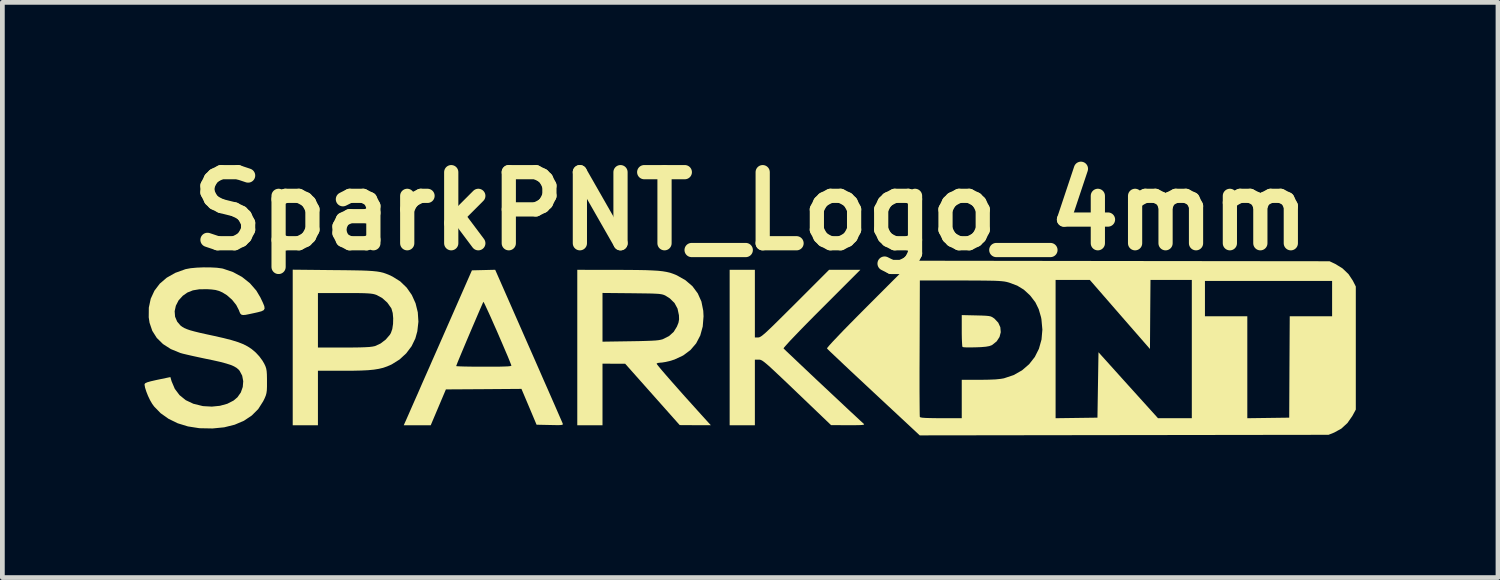
<source format=kicad_pcb>
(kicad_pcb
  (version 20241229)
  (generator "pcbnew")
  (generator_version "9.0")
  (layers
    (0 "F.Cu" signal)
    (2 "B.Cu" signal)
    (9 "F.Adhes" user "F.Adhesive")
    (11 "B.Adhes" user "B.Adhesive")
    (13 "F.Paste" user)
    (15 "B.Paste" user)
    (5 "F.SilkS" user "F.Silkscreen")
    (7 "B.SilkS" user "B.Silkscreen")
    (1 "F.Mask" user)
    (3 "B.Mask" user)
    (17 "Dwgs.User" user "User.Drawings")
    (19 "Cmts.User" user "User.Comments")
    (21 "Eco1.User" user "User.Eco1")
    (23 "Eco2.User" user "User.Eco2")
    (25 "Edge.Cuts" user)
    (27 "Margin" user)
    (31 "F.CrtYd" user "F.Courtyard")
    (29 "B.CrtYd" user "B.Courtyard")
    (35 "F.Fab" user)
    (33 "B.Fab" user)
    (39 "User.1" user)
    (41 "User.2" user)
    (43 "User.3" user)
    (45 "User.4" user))
  (footprint "SparkPNT_Logo_4mm"
    (layer "F.Cu")
    (at 12.792 4.304)
    (property "Reference" "SparkPNT_Logo_4mm" (at 0 -2.9 0) (layer "F.SilkS") (effects (font (size 1.5 1.5) (thickness 0.3))))
    (attr board_only exclude_from_pos_files exclude_from_bom)
    (fp_poly (pts (xy 4.755 -0.699) (xy 4.875 -0.696) (xy 4.961 -0.692) (xy 5.021 -0.686) (xy 5.063 -0.677) (xy 5.095 -0.662) (xy 5.126 -0.641) (xy 5.14 -0.631) (xy 5.22 -0.546) (xy 5.264 -0.449) (xy 5.273 -0.345) (xy 5.247 -0.244) (xy 5.187 -0.152) (xy 5.095 -0.078) (xy 5.081 -0.07) (xy 5.032 -0.052) (xy 4.96 -0.039) (xy 4.856 -0.03) (xy 4.748 -0.026) (xy 4.645 -0.024) (xy 4.558 -0.024) (xy 4.496 -0.027) (xy 4.466 -0.033) (xy 4.466 -0.033) (xy 4.46 -0.059) (xy 4.456 -0.12) (xy 4.452 -0.208) (xy 4.45 -0.315) (xy 4.45 -0.378) (xy 4.45 -0.706)) (stroke (width 0) (type solid)) (fill yes) (layer "F.SilkS"))
    (fp_poly (pts (xy 0.085 -0.947) (xy 0.085 -0.234) (xy 0.154 -0.234) (xy 0.173 -0.236) (xy 0.195 -0.245) (xy 0.223 -0.262) (xy 0.259 -0.29) (xy 0.308 -0.331) (xy 0.37 -0.389) (xy 0.45 -0.465) (xy 0.55 -0.563) (xy 0.672 -0.684) (xy 0.82 -0.831) (xy 0.937 -0.947) (xy 1.65 -1.661) (xy 1.98 -1.661) (xy 2.31 -1.661) (xy 1.493 -0.843) (xy 1.326 -0.676) (xy 1.174 -0.522) (xy 1.039 -0.384) (xy 0.923 -0.263) (xy 0.827 -0.163) (xy 0.756 -0.084) (xy 0.709 -0.031) (xy 0.69 -0.005) (xy 0.69 -0.003) (xy 0.707 0.014) (xy 0.752 0.058) (xy 0.821 0.123) (xy 0.911 0.208) (xy 1.018 0.31) (xy 1.139 0.424) (xy 1.271 0.549) (xy 1.41 0.68) (xy 1.553 0.814) (xy 1.697 0.949) (xy 1.837 1.08) (xy 1.971 1.206) (xy 2.095 1.322) (xy 2.206 1.425) (xy 2.3 1.513) (xy 2.375 1.581) (xy 2.384 1.589) (xy 2.39 1.6) (xy 2.377 1.608) (xy 2.341 1.613) (xy 2.277 1.616) (xy 2.181 1.617) (xy 2.054 1.617) (xy 1.693 1.616) (xy 0.971 0.925) (xy 0.803 0.764) (xy 0.663 0.631) (xy 0.547 0.522) (xy 0.454 0.435) (xy 0.38 0.367) (xy 0.322 0.317) (xy 0.277 0.281) (xy 0.243 0.257) (xy 0.217 0.243) (xy 0.195 0.236) (xy 0.175 0.234) (xy 0.167 0.234) (xy 0.085 0.234) (xy 0.085 0.926) (xy 0.085 1.618) (xy -0.181 1.618) (xy -0.447 1.618) (xy -0.447 -0.021) (xy -0.447 -1.661) (xy -0.181 -1.661) (xy 0.085 -1.661)) (stroke (width 0) (type solid)) (fill yes) (layer "F.SilkS"))
    (fp_poly (pts (xy -8.798 -1.655) (xy -8.568 -1.653) (xy -8.375 -1.65) (xy -8.216 -1.647) (xy -8.085 -1.642) (xy -7.979 -1.635) (xy -7.891 -1.626) (xy -7.818 -1.614) (xy -7.755 -1.599) (xy -7.697 -1.579) (xy -7.639 -1.556) (xy -7.578 -1.527) (xy -7.563 -1.52) (xy -7.399 -1.418) (xy -7.262 -1.286) (xy -7.153 -1.13) (xy -7.074 -0.955) (xy -7.027 -0.765) (xy -7.014 -0.566) (xy -7.037 -0.364) (xy -7.079 -0.212) (xy -7.158 -0.049) (xy -7.271 0.101) (xy -7.412 0.231) (xy -7.572 0.331) (xy -7.587 0.339) (xy -7.672 0.376) (xy -7.757 0.406) (xy -7.849 0.428) (xy -7.954 0.445) (xy -8.078 0.457) (xy -8.227 0.464) (xy -8.407 0.468) (xy -8.59 0.468) (xy -9.134 0.468) (xy -9.134 1.043) (xy -9.134 1.618) (xy -9.4 1.618) (xy -9.666 1.618) (xy -9.666 -0.023) (xy -9.666 -0.596) (xy -9.134 -0.596) (xy -9.134 -0.021) (xy -8.584 -0.021) (xy -8.399 -0.022) (xy -8.252 -0.024) (xy -8.138 -0.028) (xy -8.05 -0.033) (xy -7.985 -0.041) (xy -7.936 -0.051) (xy -7.928 -0.053) (xy -7.813 -0.106) (xy -7.704 -0.189) (xy -7.617 -0.29) (xy -7.595 -0.327) (xy -7.565 -0.412) (xy -7.549 -0.521) (xy -7.546 -0.639) (xy -7.556 -0.749) (xy -7.581 -0.838) (xy -7.587 -0.852) (xy -7.67 -0.969) (xy -7.777 -1.065) (xy -7.894 -1.129) (xy -7.931 -1.142) (xy -7.971 -1.152) (xy -8.019 -1.159) (xy -8.081 -1.164) (xy -8.162 -1.168) (xy -8.269 -1.17) (xy -8.407 -1.171) (xy -8.57 -1.171) (xy -9.134 -1.171) (xy -9.134 -0.596) (xy -9.666 -0.596) (xy -9.666 -1.664)) (stroke (width 0) (type solid)) (fill yes) (layer "F.SilkS"))
    (fp_poly (pts (xy -4.689 -0.059) (xy -4.58 0.188) (xy -4.476 0.425) (xy -4.379 0.647) (xy -4.288 0.853) (xy -4.206 1.04) (xy -4.134 1.204) (xy -4.074 1.342) (xy -4.026 1.452) (xy -3.992 1.53) (xy -3.973 1.573) (xy -3.97 1.581) (xy -3.966 1.597) (xy -3.975 1.607) (xy -4.002 1.613) (xy -4.053 1.616) (xy -4.135 1.615) (xy -4.238 1.613) (xy -4.521 1.607) (xy -4.68 1.229) (xy -4.84 0.851) (xy -5.637 0.857) (xy -6.434 0.862) (xy -6.594 1.24) (xy -6.754 1.618) (xy -7.039 1.618) (xy -7.323 1.618) (xy -7.302 1.57) (xy -7.29 1.544) (xy -7.262 1.481) (xy -7.22 1.386) (xy -7.165 1.26) (xy -7.098 1.108) (xy -7.02 0.932) (xy -6.934 0.734) (xy -6.839 0.519) (xy -6.773 0.37) (xy -6.217 0.37) (xy -6.197 0.373) (xy -6.139 0.376) (xy -6.05 0.379) (xy -5.934 0.381) (xy -5.798 0.383) (xy -5.646 0.383) (xy -5.629 0.383) (xy -5.449 0.383) (xy -5.308 0.382) (xy -5.202 0.379) (xy -5.127 0.376) (xy -5.079 0.371) (xy -5.056 0.364) (xy -5.052 0.357) (xy -5.084 0.276) (xy -5.126 0.172) (xy -5.178 0.051) (xy -5.235 -0.083) (xy -5.296 -0.224) (xy -5.358 -0.368) (xy -5.42 -0.507) (xy -5.478 -0.639) (xy -5.531 -0.756) (xy -5.577 -0.855) (xy -5.612 -0.93) (xy -5.634 -0.974) (xy -5.642 -0.986) (xy -5.654 -0.963) (xy -5.679 -0.906) (xy -5.716 -0.822) (xy -5.762 -0.715) (xy -5.815 -0.591) (xy -5.873 -0.456) (xy -5.933 -0.315) (xy -5.993 -0.174) (xy -6.05 -0.038) (xy -6.103 0.088) (xy -6.148 0.196) (xy -6.184 0.283) (xy -6.207 0.343) (xy -6.217 0.369) (xy -6.217 0.37) (xy -6.773 0.37) (xy -6.738 0.289) (xy -6.631 0.047) (xy -6.582 -0.064) (xy -5.885 -1.65) (xy -5.639 -1.656) (xy -5.394 -1.662)) (stroke (width 0) (type solid)) (fill yes) (layer "F.SilkS"))
    (fp_poly (pts (xy -2.837 -1.66) (xy -2.594 -1.659) (xy -2.388 -1.657) (xy -2.216 -1.654) (xy -2.074 -1.648) (xy -1.955 -1.641) (xy -1.857 -1.63) (xy -1.775 -1.616) (xy -1.703 -1.599) (xy -1.639 -1.577) (xy -1.576 -1.551) (xy -1.563 -1.546) (xy -1.38 -1.442) (xy -1.232 -1.315) (xy -1.12 -1.164) (xy -1.043 -0.992) (xy -1.004 -0.797) (xy -0.998 -0.68) (xy -1.015 -0.466) (xy -1.067 -0.276) (xy -1.154 -0.109) (xy -1.275 0.032) (xy -1.428 0.146) (xy -1.612 0.232) (xy -1.719 0.265) (xy -1.799 0.283) (xy -1.873 0.295) (xy -1.913 0.298) (xy -1.962 0.304) (xy -1.989 0.317) (xy -1.978 0.336) (xy -1.939 0.385) (xy -1.875 0.462) (xy -1.787 0.564) (xy -1.678 0.689) (xy -1.548 0.836) (xy -1.4 1.003) (xy -1.234 1.187) (xy -1.054 1.387) (xy -0.888 1.57) (xy -0.844 1.618) (xy -1.173 1.617) (xy -1.501 1.615) (xy -2.076 0.968) (xy -2.651 0.321) (xy -2.89 0.32) (xy -3.13 0.319) (xy -3.13 0.969) (xy -3.13 1.618) (xy -3.396 1.618) (xy -3.662 1.618) (xy -3.662 -0.021) (xy -3.662 -0.659) (xy -3.13 -0.659) (xy -3.13 -0.145) (xy -2.539 -0.154) (xy -2.356 -0.157) (xy -2.211 -0.161) (xy -2.098 -0.165) (xy -2.012 -0.17) (xy -1.947 -0.177) (xy -1.899 -0.186) (xy -1.861 -0.196) (xy -1.854 -0.199) (xy -1.724 -0.265) (xy -1.627 -0.353) (xy -1.56 -0.463) (xy -1.527 -0.545) (xy -1.514 -0.616) (xy -1.517 -0.7) (xy -1.517 -0.702) (xy -1.547 -0.843) (xy -1.61 -0.96) (xy -1.708 -1.057) (xy -1.799 -1.115) (xy -1.826 -1.128) (xy -1.854 -1.138) (xy -1.89 -1.146) (xy -1.938 -1.153) (xy -2.003 -1.157) (xy -2.091 -1.161) (xy -2.207 -1.163) (xy -2.356 -1.165) (xy -2.507 -1.167) (xy -3.13 -1.173) (xy -3.13 -0.659) (xy -3.662 -0.659) (xy -3.662 -1.661)) (stroke (width 0) (type solid)) (fill yes) (layer "F.SilkS"))
    (fp_poly (pts (xy 7.814 -1.847) (xy 12.21 -1.842) (xy 12.331 -1.785) (xy 12.484 -1.691) (xy 12.611 -1.569) (xy 12.701 -1.433) (xy 12.764 -1.309) (xy 12.764 -0.011) (xy 12.764 1.288) (xy 12.691 1.423) (xy 12.587 1.572) (xy 12.458 1.69) (xy 12.309 1.772) (xy 12.189 1.82) (xy 7.877 1.826) (xy 3.564 1.832) (xy 2.593 0.928) (xy 2.422 0.768) (xy 2.326 0.678) (xy 3.559 0.678) (xy 3.559 0.874) (xy 3.56 1.046) (xy 3.561 1.192) (xy 3.562 1.308) (xy 3.563 1.39) (xy 3.565 1.435) (xy 3.565 1.442) (xy 3.58 1.452) (xy 3.618 1.459) (xy 3.685 1.464) (xy 3.783 1.467) (xy 3.917 1.469) (xy 4.013 1.469) (xy 4.45 1.469) (xy 4.45 1.065) (xy 4.45 0.66) (xy 4.828 0.66) (xy 5.015 0.657) (xy 5.164 0.651) (xy 5.277 0.639) (xy 5.34 0.628) (xy 5.544 0.56) (xy 5.721 0.46) (xy 5.871 0.331) (xy 5.991 0.178) (xy 6.075 0.011) (xy 6.43 0.011) (xy 6.43 1.47) (xy 6.872 1.464) (xy 7.313 1.458) (xy 7.324 0.768) (xy 7.335 0.078) (xy 7.962 0.774) (xy 8.59 1.469) (xy 8.947 1.469) (xy 9.304 1.469) (xy 9.304 0.011) (xy 9.304 -1.054) (xy 9.581 -1.054) (xy 9.581 -0.681) (xy 10.028 -0.681) (xy 10.475 -0.681) (xy 10.475 0.394) (xy 10.475 1.47) (xy 10.917 1.464) (xy 11.359 1.458) (xy 11.364 0.389) (xy 11.37 -0.681) (xy 11.817 -0.681) (xy 12.264 -0.681) (xy 12.264 -1.054) (xy 12.264 -1.426) (xy 10.922 -1.426) (xy 9.581 -1.426) (xy 9.581 -1.054) (xy 9.304 -1.054) (xy 9.304 -1.448) (xy 8.868 -1.448) (xy 8.432 -1.448) (xy 8.426 -0.719) (xy 8.421 0.009) (xy 7.786 -0.719) (xy 7.152 -1.448) (xy 6.791 -1.448) (xy 6.43 -1.448) (xy 6.43 0.011) (xy 6.075 0.011) (xy 6.079 0.002) (xy 6.133 -0.191) (xy 6.151 -0.399) (xy 6.131 -0.619) (xy 6.123 -0.661) (xy 6.074 -0.83) (xy 6.004 -0.974) (xy 5.903 -1.107) (xy 5.885 -1.127) (xy 5.76 -1.242) (xy 5.621 -1.327) (xy 5.456 -1.389) (xy 5.429 -1.397) (xy 5.39 -1.407) (xy 5.347 -1.415) (xy 5.294 -1.421) (xy 5.229 -1.426) (xy 5.145 -1.43) (xy 5.039 -1.432) (xy 4.907 -1.434) (xy 4.743 -1.435) (xy 4.543 -1.436) (xy 4.428 -1.436) (xy 3.566 -1.437) (xy 3.561 -0.011) (xy 3.56 0.232) (xy 3.559 0.463) (xy 3.559 0.678) (xy 2.326 0.678) (xy 2.259 0.616) (xy 2.109 0.476) (xy 1.973 0.348) (xy 1.855 0.236) (xy 1.756 0.143) (xy 1.68 0.071) (xy 1.63 0.022) (xy 1.607 -0.000471) (xy 1.607 -0.001) (xy 1.618 -0.022) (xy 1.659 -0.07) (xy 1.728 -0.146) (xy 1.823 -0.246) (xy 1.943 -0.372) (xy 2.088 -0.52) (xy 2.255 -0.689) (xy 2.443 -0.878) (xy 2.504 -0.939) (xy 3.417 -1.853)) (stroke (width 0) (type solid)) (fill yes) (layer "F.SilkS"))
    (fp_poly (pts (xy -11.4 -1.712) (xy -11.266 -1.705) (xy -11.156 -1.69) (xy -11.135 -1.685) (xy -10.926 -1.614) (xy -10.736 -1.511) (xy -10.57 -1.379) (xy -10.434 -1.223) (xy -10.348 -1.078) (xy -10.297 -0.971) (xy -10.266 -0.896) (xy -10.259 -0.845) (xy -10.277 -0.811) (xy -10.324 -0.787) (xy -10.402 -0.766) (xy -10.464 -0.752) (xy -10.58 -0.727) (xy -10.661 -0.711) (xy -10.715 -0.707) (xy -10.75 -0.716) (xy -10.772 -0.738) (xy -10.789 -0.775) (xy -10.8 -0.807) (xy -10.858 -0.92) (xy -10.946 -1.03) (xy -11.054 -1.125) (xy -11.151 -1.185) (xy -11.223 -1.216) (xy -11.295 -1.236) (xy -11.382 -1.247) (xy -11.466 -1.252) (xy -11.634 -1.251) (xy -11.772 -1.228) (xy -11.888 -1.182) (xy -11.985 -1.114) (xy -12.075 -1.015) (xy -12.132 -0.903) (xy -12.157 -0.787) (xy -12.148 -0.672) (xy -12.104 -0.568) (xy -12.033 -0.485) (xy -11.996 -0.458) (xy -11.954 -0.433) (xy -11.901 -0.41) (xy -11.832 -0.386) (xy -11.742 -0.361) (xy -11.624 -0.332) (xy -11.475 -0.299) (xy -11.327 -0.267) (xy -11.124 -0.221) (xy -10.957 -0.178) (xy -10.821 -0.136) (xy -10.708 -0.092) (xy -10.614 -0.043) (xy -10.531 0.012) (xy -10.454 0.077) (xy -10.443 0.087) (xy -10.37 0.166) (xy -10.305 0.254) (xy -10.268 0.317) (xy -10.242 0.372) (xy -10.226 0.42) (xy -10.216 0.475) (xy -10.211 0.545) (xy -10.209 0.642) (xy -10.209 0.693) (xy -10.209 0.802) (xy -10.212 0.88) (xy -10.22 0.939) (xy -10.234 0.991) (xy -10.257 1.047) (xy -10.289 1.112) (xy -10.393 1.276) (xy -10.53 1.413) (xy -10.696 1.524) (xy -10.891 1.607) (xy -11.112 1.662) (xy -11.357 1.686) (xy -11.624 1.681) (xy -11.646 1.679) (xy -11.877 1.643) (xy -12.092 1.577) (xy -12.285 1.483) (xy -12.453 1.364) (xy -12.59 1.223) (xy -12.632 1.165) (xy -12.676 1.089) (xy -12.719 0.999) (xy -12.755 0.908) (xy -12.781 0.826) (xy -12.792 0.765) (xy -12.791 0.749) (xy -12.776 0.731) (xy -12.735 0.712) (xy -12.662 0.691) (xy -12.553 0.666) (xy -12.516 0.658) (xy -12.247 0.602) (xy -12.222 0.69) (xy -12.154 0.85) (xy -12.054 0.983) (xy -11.923 1.089) (xy -11.762 1.165) (xy -11.571 1.212) (xy -11.553 1.215) (xy -11.373 1.225) (xy -11.202 1.208) (xy -11.046 1.165) (xy -10.915 1.098) (xy -10.833 1.029) (xy -10.761 0.927) (xy -10.72 0.81) (xy -10.71 0.689) (xy -10.732 0.572) (xy -10.786 0.47) (xy -10.809 0.443) (xy -10.85 0.408) (xy -10.904 0.376) (xy -10.976 0.345) (xy -11.071 0.315) (xy -11.194 0.282) (xy -11.35 0.247) (xy -11.514 0.213) (xy -11.65 0.184) (xy -11.779 0.156) (xy -11.892 0.13) (xy -11.981 0.109) (xy -12.038 0.093) (xy -12.04 0.092) (xy -12.238 0.011) (xy -12.403 -0.095) (xy -12.534 -0.224) (xy -12.629 -0.374) (xy -12.687 -0.545) (xy -12.704 -0.659) (xy -12.702 -0.863) (xy -12.662 -1.051) (xy -12.584 -1.22) (xy -12.471 -1.369) (xy -12.324 -1.495) (xy -12.144 -1.597) (xy -11.933 -1.673) (xy -11.923 -1.676) (xy -11.821 -1.695) (xy -11.692 -1.707) (xy -11.547 -1.713)) (stroke (width 0) (type solid)) (fill yes) (layer "F.SilkS")))
  (gr_rect
    (start -3 -3)
    (end 28.556 9.136)
    (stroke (width 0.1) (type default))
    (fill no)
    (layer "Edge.Cuts")))
</source>
